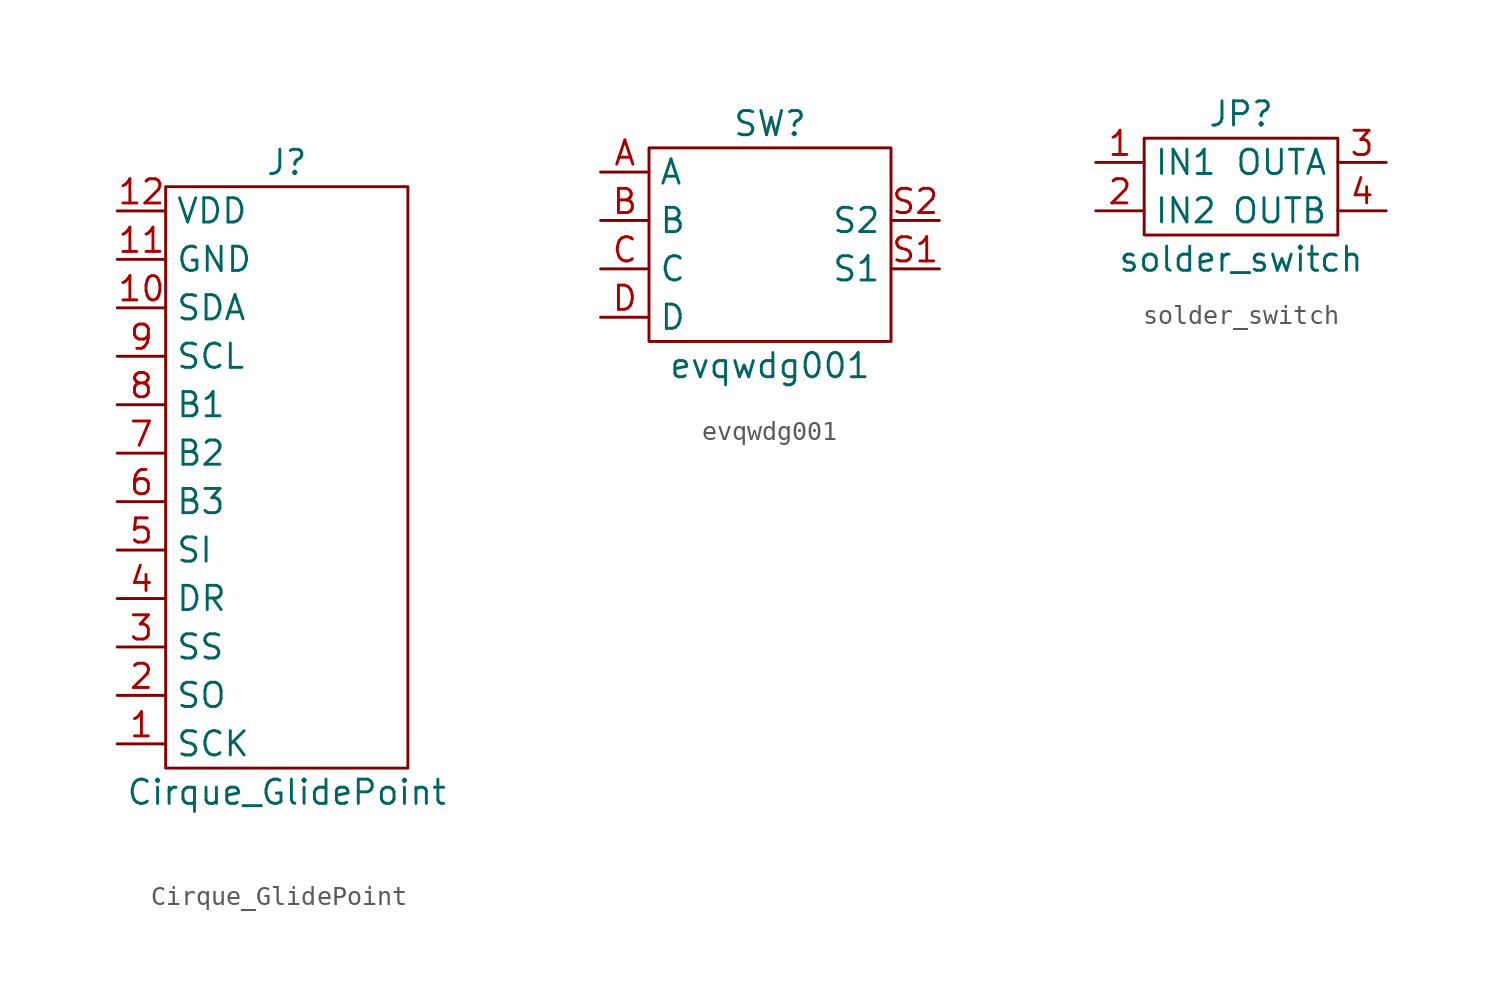
<source format=kicad_sym>
(kicad_symbol_lib
  (version 20211014)
  (generator kicad_symbol_editor)
  (symbol "Cirque_GlidePoint"
    (property "Reference" "J"
      (at 0 16.51 0)
      (effects (font (size 1.27 1.27))))
    (property "Value" "Cirque_GlidePoint"
      (at 0 -16.51 0)
      (effects (font (size 1.27 1.27))))
    (symbol "Cirque_GlidePoint_0_1"
      (rectangle (start -6.35 15.24) (end 6.35 -15.24) (stroke (width 0) (type default) (color 0 0 0 0)) (fill (type none))))
    (symbol "Cirque_GlidePoint_1_1"
      (pin output line (at -8.89 -13.97 0) (length 2.54) (name "SCK" (effects (font (size 1.27 1.27)))) (number "1" (effects (font (size 1.27 1.27)))))
      (pin bidirectional line (at -8.89 8.89 0) (length 2.54) (name "SDA" (effects (font (size 1.27 1.27)))) (number "10" (effects (font (size 1.27 1.27)))))
      (pin power_in line (at -8.89 11.43 0) (length 2.54) (name "GND" (effects (font (size 1.27 1.27)))) (number "11" (effects (font (size 1.27 1.27)))))
      (pin power_in line (at -8.89 13.97 0) (length 2.54) (name "VDD" (effects (font (size 1.27 1.27)))) (number "12" (effects (font (size 1.27 1.27)))))
      (pin input line (at -8.89 -11.43 0) (length 2.54) (name "SO" (effects (font (size 1.27 1.27)))) (number "2" (effects (font (size 1.27 1.27)))))
      (pin input line (at -8.89 -8.89 0) (length 2.54) (name "SS" (effects (font (size 1.27 1.27)))) (number "3" (effects (font (size 1.27 1.27)))))
      (pin input line (at -8.89 -6.35 0) (length 2.54) (name "DR" (effects (font (size 1.27 1.27)))) (number "4" (effects (font (size 1.27 1.27)))))
      (pin input line (at -8.89 -3.81 0) (length 2.54) (name "SI" (effects (font (size 1.27 1.27)))) (number "5" (effects (font (size 1.27 1.27)))))
      (pin input line (at -8.89 -1.27 0) (length 2.54) (name "B3" (effects (font (size 1.27 1.27)))) (number "6" (effects (font (size 1.27 1.27)))))
      (pin input line (at -8.89 1.27 0) (length 2.54) (name "B2" (effects (font (size 1.27 1.27)))) (number "7" (effects (font (size 1.27 1.27)))))
      (pin input line (at -8.89 3.81 0) (length 2.54) (name "B1" (effects (font (size 1.27 1.27)))) (number "8" (effects (font (size 1.27 1.27)))))
      (pin output line (at -8.89 6.35 0) (length 2.54) (name "SCL" (effects (font (size 1.27 1.27)))) (number "9" (effects (font (size 1.27 1.27)))))))
  (symbol "evqwdg001"
    (property "Reference" "SW"
      (at 0 6.35 0)
      (effects (font (size 1.27 1.27))))
    (property "Value" "evqwdg001"
      (at 0 -6.35 0)
      (effects (font (size 1.27 1.27))))
    (symbol "evqwdg001_0_1"
      (rectangle (start -6.35 5.08) (end 6.35 -5.08) (stroke (width 0) (type default) (color 0 0 0 0)) (fill (type none))))
    (symbol "evqwdg001_1_1"
      (pin input line (at -8.89 3.81 0) (length 2.54) (name "A" (effects (font (size 1.27 1.27)))) (number "A" (effects (font (size 1.27 1.27)))))
      (pin output line (at -8.89 1.27 0) (length 2.54) (name "B" (effects (font (size 1.27 1.27)))) (number "B" (effects (font (size 1.27 1.27)))))
      (pin output line (at -8.89 -1.27 0) (length 2.54) (name "C" (effects (font (size 1.27 1.27)))) (number "C" (effects (font (size 1.27 1.27)))))
      (pin input line (at -8.89 -3.81 0) (length 2.54) (name "D" (effects (font (size 1.27 1.27)))) (number "D" (effects (font (size 1.27 1.27)))))
      (pin input line (at 8.89 -1.27 180) (length 2.54) (name "S1" (effects (font (size 1.27 1.27)))) (number "S1" (effects (font (size 1.27 1.27)))))
      (pin output line (at 8.89 1.27 180) (length 2.54) (name "S2" (effects (font (size 1.27 1.27)))) (number "S2" (effects (font (size 1.27 1.27)))))))
  (symbol "solder_switch"
    (property "Reference" "JP"
      (at 0 3.81 0)
      (effects (font (size 1.27 1.27))))
    (property "Value" "solder_switch"
      (at 0 -3.81 0)
      (effects (font (size 1.27 1.27))))
    (symbol "solder_switch_0_1"
      (rectangle (start -5.08 2.54) (end 5.08 -2.54) (stroke (width 0) (type default) (color 0 0 0 0)) (fill (type none))))
    (symbol "solder_switch_1_1"
      (pin output line (at -7.62 1.27 0) (length 2.54) (name "IN1" (effects (font (size 1.27 1.27)))) (number "1" (effects (font (size 1.27 1.27)))))
      (pin output line (at -7.62 -1.27 0) (length 2.54) (name "IN2" (effects (font (size 1.27 1.27)))) (number "2" (effects (font (size 1.27 1.27)))))
      (pin output line (at 7.62 1.27 180) (length 2.54) (name "OUTA" (effects (font (size 1.27 1.27)))) (number "3" (effects (font (size 1.27 1.27)))))
      (pin output line (at 7.62 -1.27 180) (length 2.54) (name "OUTB" (effects (font (size 1.27 1.27)))) (number "4" (effects (font (size 1.27 1.27))))))))
</source>
